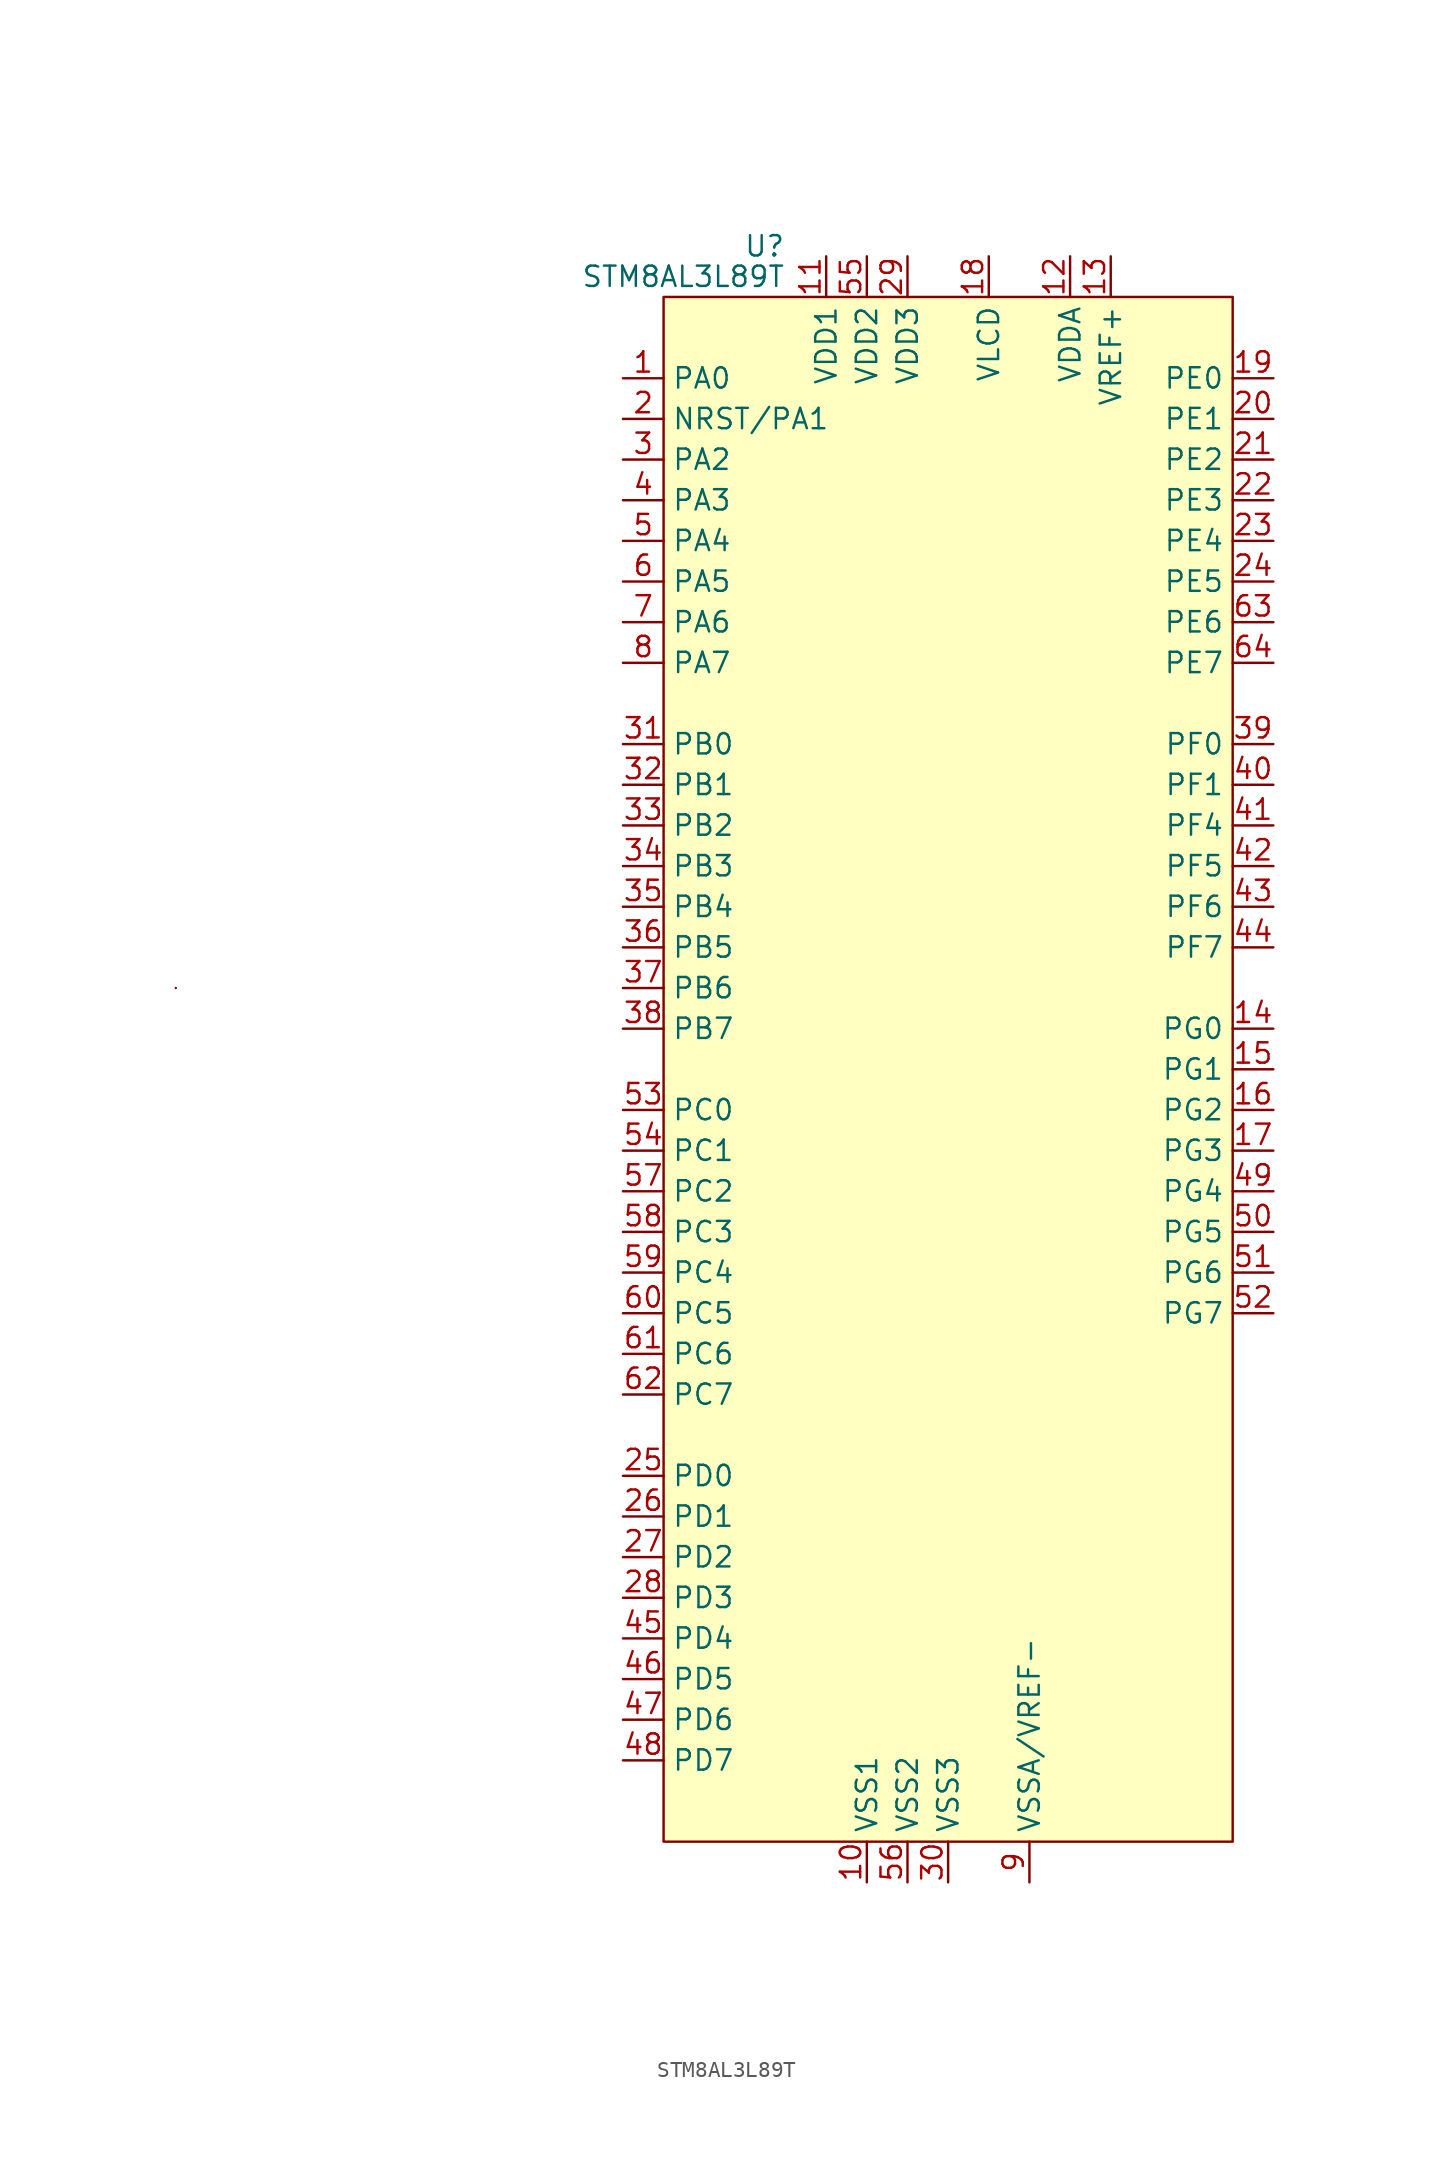
<source format=kicad_sym>
(kicad_symbol_lib
  (version 20220914)
  (generator kicad_symbol_editor)
  (symbol "STM8AL3L89T"
    (property "Reference" "U"
      (at -10.16 51.435 0)
      (effects (font (size 1.27 1.27)) (justify right)))
    (property "Value" "STM8AL3L89T"
      (at -10.16 49.53 0)
      (effects (font (size 1.27 1.27)) (justify right)))
    (symbol "STM8AL3L89T_0_0"
      (pin bidirectional line (at -20.32 43.18 0) (length 2.54) (name "PA0" (effects (font (size 1.27 1.27)))) (number "1" (effects (font (size 1.27 1.27)))))
      (pin power_in line (at -5.08 -50.8 90) (length 2.54) (name "VSS1" (effects (font (size 1.27 1.27)))) (number "10" (effects (font (size 1.27 1.27)))))
      (pin power_in line (at -7.62 50.8 270) (length 2.54) (name "VDD1" (effects (font (size 1.27 1.27)))) (number "11" (effects (font (size 1.27 1.27)))))
      (pin power_in line (at 7.62 50.8 270) (length 2.54) (name "VDDA" (effects (font (size 1.27 1.27)))) (number "12" (effects (font (size 1.27 1.27)))))
      (pin power_in line (at 10.16 50.8 270) (length 2.54) (name "VREF+" (effects (font (size 1.27 1.27)))) (number "13" (effects (font (size 1.27 1.27)))))
      (pin bidirectional line (at 20.32 2.54 180) (length 2.54) (name "PG0" (effects (font (size 1.27 1.27)))) (number "14" (effects (font (size 1.27 1.27)))))
      (pin bidirectional line (at 20.32 0 180) (length 2.54) (name "PG1" (effects (font (size 1.27 1.27)))) (number "15" (effects (font (size 1.27 1.27)))))
      (pin bidirectional line (at 20.32 -2.54 180) (length 2.54) (name "PG2" (effects (font (size 1.27 1.27)))) (number "16" (effects (font (size 1.27 1.27)))))
      (pin bidirectional line (at 20.32 -5.08 180) (length 2.54) (name "PG3" (effects (font (size 1.27 1.27)))) (number "17" (effects (font (size 1.27 1.27)))))
      (pin power_in line (at 2.54 50.8 270) (length 2.54) (name "VLCD" (effects (font (size 1.27 1.27)))) (number "18" (effects (font (size 1.27 1.27)))))
      (pin bidirectional line (at 20.32 43.18 180) (length 2.54) (name "PE0" (effects (font (size 1.27 1.27)))) (number "19" (effects (font (size 1.27 1.27)))))
      (pin bidirectional line (at -20.32 40.64 0) (length 2.54) (name "NRST/PA1" (effects (font (size 1.27 1.27)))) (number "2" (effects (font (size 1.27 1.27)))))
      (pin bidirectional line (at 20.32 40.64 180) (length 2.54) (name "PE1" (effects (font (size 1.27 1.27)))) (number "20" (effects (font (size 1.27 1.27)))))
      (pin bidirectional line (at 20.32 38.1 180) (length 2.54) (name "PE2" (effects (font (size 1.27 1.27)))) (number "21" (effects (font (size 1.27 1.27)))))
      (pin bidirectional line (at 20.32 35.56 180) (length 2.54) (name "PE3" (effects (font (size 1.27 1.27)))) (number "22" (effects (font (size 1.27 1.27)))))
      (pin bidirectional line (at 20.32 33.02 180) (length 2.54) (name "PE4" (effects (font (size 1.27 1.27)))) (number "23" (effects (font (size 1.27 1.27)))))
      (pin bidirectional line (at 20.32 30.48 180) (length 2.54) (name "PE5" (effects (font (size 1.27 1.27)))) (number "24" (effects (font (size 1.27 1.27)))))
      (pin bidirectional line (at -20.32 -25.4 0) (length 2.54) (name "PD0" (effects (font (size 1.27 1.27)))) (number "25" (effects (font (size 1.27 1.27)))))
      (pin bidirectional line (at -20.32 -27.94 0) (length 2.54) (name "PD1" (effects (font (size 1.27 1.27)))) (number "26" (effects (font (size 1.27 1.27)))))
      (pin bidirectional line (at -20.32 -30.48 0) (length 2.54) (name "PD2" (effects (font (size 1.27 1.27)))) (number "27" (effects (font (size 1.27 1.27)))))
      (pin bidirectional line (at -20.32 -33.02 0) (length 2.54) (name "PD3" (effects (font (size 1.27 1.27)))) (number "28" (effects (font (size 1.27 1.27)))))
      (pin power_in line (at -2.54 50.8 270) (length 2.54) (name "VDD3" (effects (font (size 1.27 1.27)))) (number "29" (effects (font (size 1.27 1.27)))))
      (pin bidirectional line (at -20.32 38.1 0) (length 2.54) (name "PA2" (effects (font (size 1.27 1.27)))) (number "3" (effects (font (size 1.27 1.27)))))
      (pin power_in line (at 0 -50.8 90) (length 2.54) (name "VSS3" (effects (font (size 1.27 1.27)))) (number "30" (effects (font (size 1.27 1.27)))))
      (pin bidirectional line (at -20.32 20.32 0) (length 2.54) (name "PB0" (effects (font (size 1.27 1.27)))) (number "31" (effects (font (size 1.27 1.27)))))
      (pin bidirectional line (at -20.32 17.78 0) (length 2.54) (name "PB1" (effects (font (size 1.27 1.27)))) (number "32" (effects (font (size 1.27 1.27)))))
      (pin bidirectional line (at -20.32 15.24 0) (length 2.54) (name "PB2" (effects (font (size 1.27 1.27)))) (number "33" (effects (font (size 1.27 1.27)))))
      (pin bidirectional line (at -20.32 12.7 0) (length 2.54) (name "PB3" (effects (font (size 1.27 1.27)))) (number "34" (effects (font (size 1.27 1.27)))))
      (pin bidirectional line (at -20.32 10.16 0) (length 2.54) (name "PB4" (effects (font (size 1.27 1.27)))) (number "35" (effects (font (size 1.27 1.27)))))
      (pin bidirectional line (at -20.32 7.62 0) (length 2.54) (name "PB5" (effects (font (size 1.27 1.27)))) (number "36" (effects (font (size 1.27 1.27)))))
      (pin bidirectional line (at -20.32 5.08 0) (length 2.54) (name "PB6" (effects (font (size 1.27 1.27)))) (number "37" (effects (font (size 1.27 1.27)))))
      (pin bidirectional line (at -20.32 2.54 0) (length 2.54) (name "PB7" (effects (font (size 1.27 1.27)))) (number "38" (effects (font (size 1.27 1.27)))))
      (pin bidirectional line (at 20.32 20.32 180) (length 2.54) (name "PF0" (effects (font (size 1.27 1.27)))) (number "39" (effects (font (size 1.27 1.27)))))
      (pin bidirectional line (at -20.32 35.56 0) (length 2.54) (name "PA3" (effects (font (size 1.27 1.27)))) (number "4" (effects (font (size 1.27 1.27)))))
      (pin bidirectional line (at 20.32 17.78 180) (length 2.54) (name "PF1" (effects (font (size 1.27 1.27)))) (number "40" (effects (font (size 1.27 1.27)))))
      (pin bidirectional line (at 20.32 15.24 180) (length 2.54) (name "PF4" (effects (font (size 1.27 1.27)))) (number "41" (effects (font (size 1.27 1.27)))))
      (pin bidirectional line (at 20.32 12.7 180) (length 2.54) (name "PF5" (effects (font (size 1.27 1.27)))) (number "42" (effects (font (size 1.27 1.27)))))
      (pin bidirectional line (at 20.32 10.16 180) (length 2.54) (name "PF6" (effects (font (size 1.27 1.27)))) (number "43" (effects (font (size 1.27 1.27)))))
      (pin bidirectional line (at 20.32 7.62 180) (length 2.54) (name "PF7" (effects (font (size 1.27 1.27)))) (number "44" (effects (font (size 1.27 1.27)))))
      (pin bidirectional line (at -20.32 -35.56 0) (length 2.54) (name "PD4" (effects (font (size 1.27 1.27)))) (number "45" (effects (font (size 1.27 1.27)))))
      (pin bidirectional line (at -20.32 -38.1 0) (length 2.54) (name "PD5" (effects (font (size 1.27 1.27)))) (number "46" (effects (font (size 1.27 1.27)))))
      (pin bidirectional line (at -20.32 -40.64 0) (length 2.54) (name "PD6" (effects (font (size 1.27 1.27)))) (number "47" (effects (font (size 1.27 1.27)))))
      (pin bidirectional line (at -20.32 -43.18 0) (length 2.54) (name "PD7" (effects (font (size 1.27 1.27)))) (number "48" (effects (font (size 1.27 1.27)))))
      (pin bidirectional line (at 20.32 -7.62 180) (length 2.54) (name "PG4" (effects (font (size 1.27 1.27)))) (number "49" (effects (font (size 1.27 1.27)))))
      (pin bidirectional line (at -20.32 33.02 0) (length 2.54) (name "PA4" (effects (font (size 1.27 1.27)))) (number "5" (effects (font (size 1.27 1.27)))))
      (pin bidirectional line (at 20.32 -10.16 180) (length 2.54) (name "PG5" (effects (font (size 1.27 1.27)))) (number "50" (effects (font (size 1.27 1.27)))))
      (pin bidirectional line (at 20.32 -12.7 180) (length 2.54) (name "PG6" (effects (font (size 1.27 1.27)))) (number "51" (effects (font (size 1.27 1.27)))))
      (pin bidirectional line (at 20.32 -15.24 180) (length 2.54) (name "PG7" (effects (font (size 1.27 1.27)))) (number "52" (effects (font (size 1.27 1.27)))))
      (pin bidirectional line (at -20.32 -2.54 0) (length 2.54) (name "PC0" (effects (font (size 1.27 1.27)))) (number "53" (effects (font (size 1.27 1.27)))))
      (pin bidirectional line (at -20.32 -5.08 0) (length 2.54) (name "PC1" (effects (font (size 1.27 1.27)))) (number "54" (effects (font (size 1.27 1.27)))))
      (pin power_in line (at -5.08 50.8 270) (length 2.54) (name "VDD2" (effects (font (size 1.27 1.27)))) (number "55" (effects (font (size 1.27 1.27)))))
      (pin power_in line (at -2.54 -50.8 90) (length 2.54) (name "VSS2" (effects (font (size 1.27 1.27)))) (number "56" (effects (font (size 1.27 1.27)))))
      (pin bidirectional line (at -20.32 -7.62 0) (length 2.54) (name "PC2" (effects (font (size 1.27 1.27)))) (number "57" (effects (font (size 1.27 1.27)))))
      (pin bidirectional line (at -20.32 -10.16 0) (length 2.54) (name "PC3" (effects (font (size 1.27 1.27)))) (number "58" (effects (font (size 1.27 1.27)))))
      (pin bidirectional line (at -20.32 -12.7 0) (length 2.54) (name "PC4" (effects (font (size 1.27 1.27)))) (number "59" (effects (font (size 1.27 1.27)))))
      (pin bidirectional line (at -20.32 30.48 0) (length 2.54) (name "PA5" (effects (font (size 1.27 1.27)))) (number "6" (effects (font (size 1.27 1.27)))))
      (pin bidirectional line (at -20.32 -15.24 0) (length 2.54) (name "PC5" (effects (font (size 1.27 1.27)))) (number "60" (effects (font (size 1.27 1.27)))))
      (pin bidirectional line (at -20.32 -17.78 0) (length 2.54) (name "PC6" (effects (font (size 1.27 1.27)))) (number "61" (effects (font (size 1.27 1.27)))))
      (pin bidirectional line (at -20.32 -20.32 0) (length 2.54) (name "PC7" (effects (font (size 1.27 1.27)))) (number "62" (effects (font (size 1.27 1.27)))))
      (pin bidirectional line (at 20.32 27.94 180) (length 2.54) (name "PE6" (effects (font (size 1.27 1.27)))) (number "63" (effects (font (size 1.27 1.27)))))
      (pin bidirectional line (at 20.32 25.4 180) (length 2.54) (name "PE7" (effects (font (size 1.27 1.27)))) (number "64" (effects (font (size 1.27 1.27)))))
      (pin bidirectional line (at -20.32 27.94 0) (length 2.54) (name "PA6" (effects (font (size 1.27 1.27)))) (number "7" (effects (font (size 1.27 1.27)))))
      (pin bidirectional line (at -20.32 25.4 0) (length 2.54) (name "PA7" (effects (font (size 1.27 1.27)))) (number "8" (effects (font (size 1.27 1.27)))))
      (pin power_in line (at 5.08 -50.8 90) (length 2.54) (name "VSSA/VREF-" (effects (font (size 1.27 1.27)))) (number "9" (effects (font (size 1.27 1.27))))))
    (symbol "STM8AL3L89T_0_1"
      (rectangle (start -48.26 5.08) (end -48.26 5.08) (stroke (width 0.152) (type default)) (fill (type none)))
      (rectangle (start -17.78 48.26) (end 17.78 -48.26) (stroke (width 0) (type default)) (fill (type background))))))
</source>
